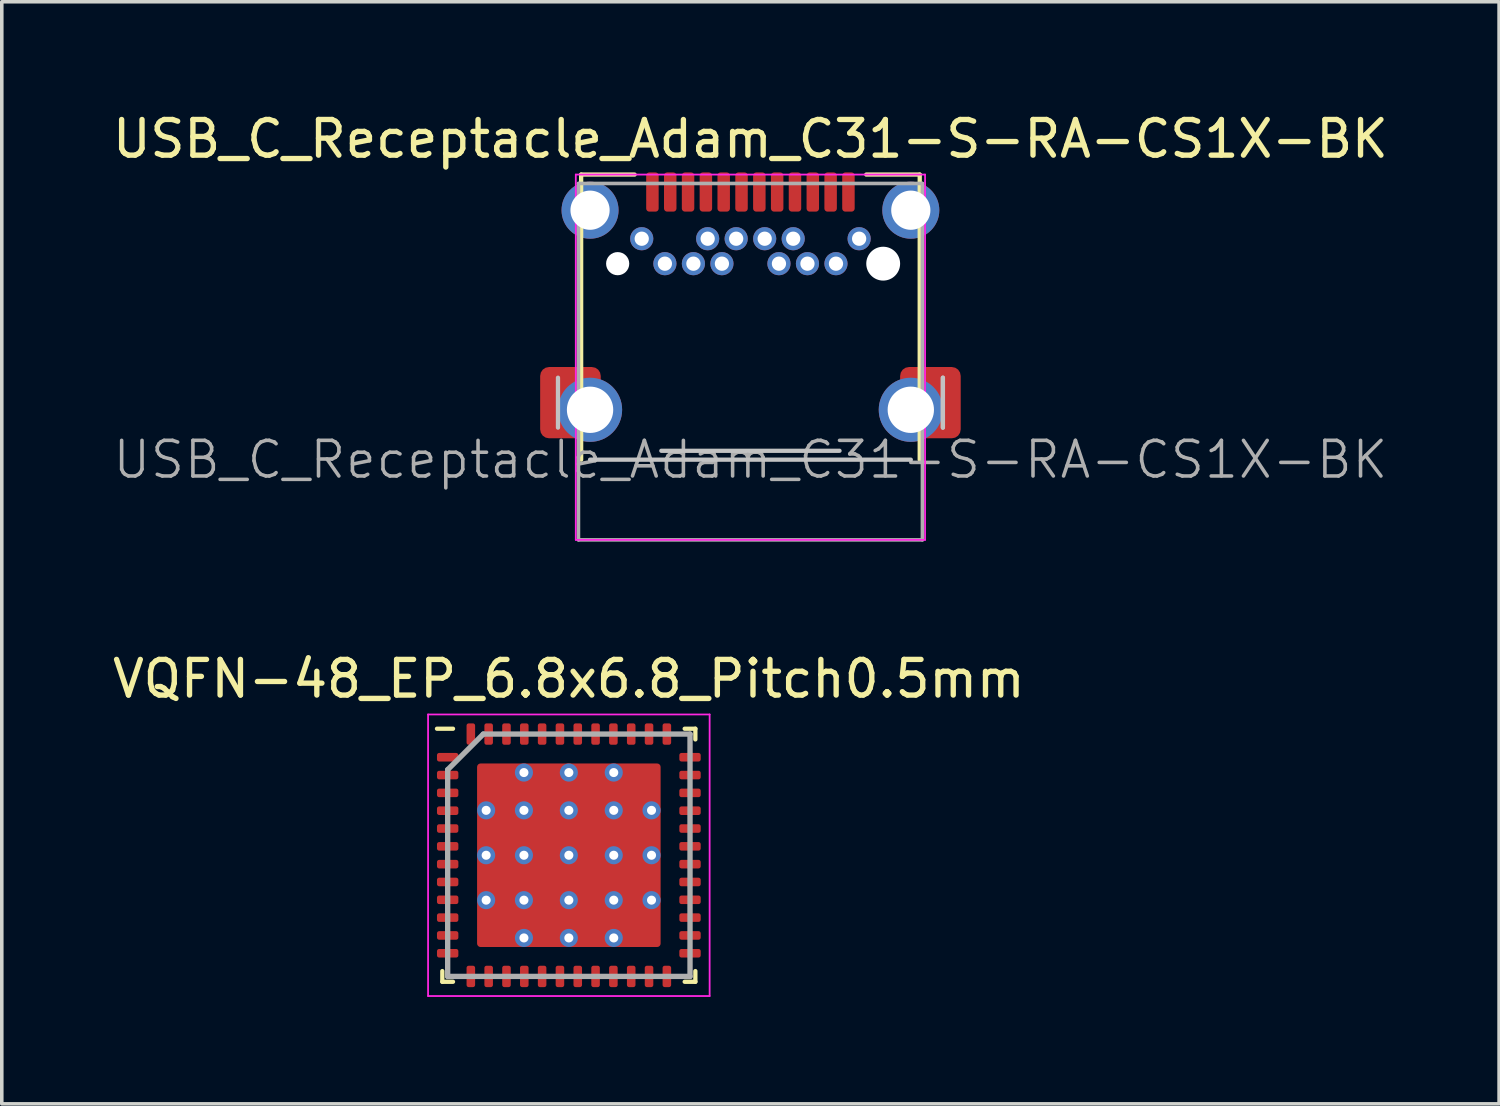
<source format=kicad_pcb>
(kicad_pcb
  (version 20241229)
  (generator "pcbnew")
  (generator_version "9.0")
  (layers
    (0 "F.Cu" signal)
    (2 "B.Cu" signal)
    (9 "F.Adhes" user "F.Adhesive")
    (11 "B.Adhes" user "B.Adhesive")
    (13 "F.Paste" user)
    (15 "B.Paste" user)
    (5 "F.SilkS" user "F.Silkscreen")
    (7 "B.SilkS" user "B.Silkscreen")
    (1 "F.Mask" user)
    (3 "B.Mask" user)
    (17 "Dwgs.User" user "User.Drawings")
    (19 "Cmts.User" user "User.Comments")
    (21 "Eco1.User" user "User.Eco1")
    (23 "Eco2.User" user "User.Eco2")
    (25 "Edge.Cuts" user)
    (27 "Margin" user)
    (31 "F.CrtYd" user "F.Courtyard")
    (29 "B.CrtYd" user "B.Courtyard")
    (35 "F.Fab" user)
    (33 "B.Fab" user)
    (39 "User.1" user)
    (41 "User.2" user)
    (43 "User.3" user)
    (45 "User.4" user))
  (footprint "VQFN-48_EP_6.8x6.8_Pitch0.5mm"
    (layer "F.Cu")
    (at 12.911 20.947)
    (property "Reference" "VQFN-48_EP_6.8x6.8_Pitch0.5mm" (at 0 -4.95 0) (layer "F.SilkS") (effects (font (size 1 1) (thickness 0.15))))
    (attr smd)
    (fp_line (start -3.55 3.55) (end -3.55 3.25) (stroke (width 0.12) (type solid)) (layer "F.SilkS"))
    (fp_line (start -3.25 -3.55) (end -3.7 -3.55) (stroke (width 0.12) (type solid)) (layer "F.SilkS"))
    (fp_line (start -3.25 3.55) (end -3.55 3.55) (stroke (width 0.12) (type solid)) (layer "F.SilkS"))
    (fp_line (start 3.25 -3.55) (end 3.55 -3.55) (stroke (width 0.12) (type solid)) (layer "F.SilkS"))
    (fp_line (start 3.25 3.55) (end 3.55 3.55) (stroke (width 0.12) (type solid)) (layer "F.SilkS"))
    (fp_line (start 3.55 -3.55) (end 3.55 -3.25) (stroke (width 0.12) (type solid)) (layer "F.SilkS"))
    (fp_line (start 3.55 3.55) (end 3.55 3.25) (stroke (width 0.12) (type solid)) (layer "F.SilkS"))
    (fp_line (start -3.95 -3.95) (end 3.95 -3.95) (stroke (width 0.05) (type solid)) (layer "F.CrtYd"))
    (fp_line (start -3.95 3.95) (end -3.95 -3.95) (stroke (width 0.05) (type solid)) (layer "F.CrtYd"))
    (fp_line (start 3.95 -3.95) (end 3.95 3.95) (stroke (width 0.05) (type solid)) (layer "F.CrtYd"))
    (fp_line (start 3.95 3.95) (end -3.95 3.95) (stroke (width 0.05) (type solid)) (layer "F.CrtYd"))
    (fp_line (start -3.4 -2.4) (end -3.4 3.4) (stroke (width 0.15) (type solid)) (layer "F.Fab"))
    (fp_line (start -3.4 3.4) (end 3.4 3.4) (stroke (width 0.15) (type solid)) (layer "F.Fab"))
    (fp_line (start -2.4 -3.4) (end -3.4 -2.4) (stroke (width 0.15) (type solid)) (layer "F.Fab"))
    (fp_line (start 3.4 -3.4) (end -2.4 -3.4) (stroke (width 0.15) (type solid)) (layer "F.Fab"))
    (fp_line (start 3.4 3.4) (end 3.4 -3.4) (stroke (width 0.15) (type solid)) (layer "F.Fab"))
    (pad "" smd roundrect (at -1.89 -1.89) (size 1.06 1.06) (layers "F.Paste") (roundrect_rratio 0.094))
    (pad "" smd roundrect (at -1.89 -0.63) (size 1.06 1.06) (layers "F.Paste") (roundrect_rratio 0.094))
    (pad "" smd roundrect (at -1.89 0.63) (size 1.06 1.06) (layers "F.Paste") (roundrect_rratio 0.094))
    (pad "" smd roundrect (at -1.89 1.89) (size 1.06 1.06) (layers "F.Paste") (roundrect_rratio 0.094))
    (pad "" smd roundrect (at -0.63 -1.89) (size 1.06 1.06) (layers "F.Paste") (roundrect_rratio 0.094))
    (pad "" smd roundrect (at -0.63 -0.63) (size 1.06 1.06) (layers "F.Paste") (roundrect_rratio 0.094))
    (pad "" smd roundrect (at -0.63 0.63) (size 1.06 1.06) (layers "F.Paste") (roundrect_rratio 0.094))
    (pad "" smd roundrect (at -0.63 1.89) (size 1.06 1.06) (layers "F.Paste") (roundrect_rratio 0.094))
    (pad "" smd roundrect (at 0.63 -1.89) (size 1.06 1.06) (layers "F.Paste") (roundrect_rratio 0.094))
    (pad "" smd roundrect (at 0.63 -0.63) (size 1.06 1.06) (layers "F.Paste") (roundrect_rratio 0.094))
    (pad "" smd roundrect (at 0.63 0.63) (size 1.06 1.06) (layers "F.Paste") (roundrect_rratio 0.094))
    (pad "" smd roundrect (at 0.63 1.89) (size 1.06 1.06) (layers "F.Paste") (roundrect_rratio 0.094))
    (pad "" smd roundrect (at 1.89 -1.89) (size 1.06 1.06) (layers "F.Paste") (roundrect_rratio 0.094))
    (pad "" smd roundrect (at 1.89 -0.63) (size 1.06 1.06) (layers "F.Paste") (roundrect_rratio 0.094))
    (pad "" smd roundrect (at 1.89 0.63) (size 1.06 1.06) (layers "F.Paste") (roundrect_rratio 0.094))
    (pad "" smd roundrect (at 1.89 1.89) (size 1.06 1.06) (layers "F.Paste") (roundrect_rratio 0.094))
    (pad "1" smd roundrect (at -3.4 -2.75 90) (size 0.24 0.6) (layers "F.Cu" "F.Mask" "F.Paste") (roundrect_rratio 0.25))
    (pad "2" smd roundrect (at -3.4 -2.25 90) (size 0.24 0.6) (layers "F.Cu" "F.Mask" "F.Paste") (roundrect_rratio 0.25))
    (pad "3" smd roundrect (at -3.4 -1.75 90) (size 0.24 0.6) (layers "F.Cu" "F.Mask" "F.Paste") (roundrect_rratio 0.25))
    (pad "4" smd roundrect (at -3.4 -1.25 90) (size 0.24 0.6) (layers "F.Cu" "F.Mask" "F.Paste") (roundrect_rratio 0.25))
    (pad "5" smd roundrect (at -3.4 -0.75 90) (size 0.24 0.6) (layers "F.Cu" "F.Mask" "F.Paste") (roundrect_rratio 0.25))
    (pad "6" smd roundrect (at -3.4 -0.25 90) (size 0.24 0.6) (layers "F.Cu" "F.Mask" "F.Paste") (roundrect_rratio 0.25))
    (pad "7" smd roundrect (at -3.4 0.25 90) (size 0.24 0.6) (layers "F.Cu" "F.Mask" "F.Paste") (roundrect_rratio 0.25))
    (pad "8" smd roundrect (at -3.4 0.75 90) (size 0.24 0.6) (layers "F.Cu" "F.Mask" "F.Paste") (roundrect_rratio 0.25))
    (pad "9" smd roundrect (at -3.4 1.25 90) (size 0.24 0.6) (layers "F.Cu" "F.Mask" "F.Paste") (roundrect_rratio 0.25))
    (pad "10" smd roundrect (at -3.4 1.75 90) (size 0.24 0.6) (layers "F.Cu" "F.Mask" "F.Paste") (roundrect_rratio 0.25))
    (pad "11" smd roundrect (at -3.4 2.25 90) (size 0.24 0.6) (layers "F.Cu" "F.Mask" "F.Paste") (roundrect_rratio 0.25))
    (pad "12" smd roundrect (at -3.4 2.75 90) (size 0.24 0.6) (layers "F.Cu" "F.Mask" "F.Paste") (roundrect_rratio 0.25))
    (pad "13" smd roundrect (at -2.75 3.4) (size 0.24 0.6) (layers "F.Cu" "F.Mask" "F.Paste") (roundrect_rratio 0.25))
    (pad "14" smd roundrect (at -2.25 3.4) (size 0.24 0.6) (layers "F.Cu" "F.Mask" "F.Paste") (roundrect_rratio 0.25))
    (pad "15" smd roundrect (at -1.75 3.4) (size 0.24 0.6) (layers "F.Cu" "F.Mask" "F.Paste") (roundrect_rratio 0.25))
    (pad "16" smd roundrect (at -1.25 3.4) (size 0.24 0.6) (layers "F.Cu" "F.Mask" "F.Paste") (roundrect_rratio 0.25))
    (pad "17" smd roundrect (at -0.75 3.4) (size 0.24 0.6) (layers "F.Cu" "F.Mask" "F.Paste") (roundrect_rratio 0.25))
    (pad "18" smd roundrect (at -0.25 3.4) (size 0.24 0.6) (layers "F.Cu" "F.Mask" "F.Paste") (roundrect_rratio 0.25))
    (pad "19" smd roundrect (at 0.25 3.4) (size 0.24 0.6) (layers "F.Cu" "F.Mask" "F.Paste") (roundrect_rratio 0.25))
    (pad "20" smd roundrect (at 0.75 3.4) (size 0.24 0.6) (layers "F.Cu" "F.Mask" "F.Paste") (roundrect_rratio 0.25))
    (pad "21" smd roundrect (at 1.25 3.4) (size 0.24 0.6) (layers "F.Cu" "F.Mask" "F.Paste") (roundrect_rratio 0.25))
    (pad "22" smd roundrect (at 1.75 3.4) (size 0.24 0.6) (layers "F.Cu" "F.Mask" "F.Paste") (roundrect_rratio 0.25))
    (pad "23" smd roundrect (at 2.25 3.4) (size 0.24 0.6) (layers "F.Cu" "F.Mask" "F.Paste") (roundrect_rratio 0.25))
    (pad "24" smd roundrect (at 2.75 3.4) (size 0.24 0.6) (layers "F.Cu" "F.Mask" "F.Paste") (roundrect_rratio 0.25))
    (pad "25" smd roundrect (at 3.4 2.75 90) (size 0.24 0.6) (layers "F.Cu" "F.Mask" "F.Paste") (roundrect_rratio 0.25))
    (pad "26" smd roundrect (at 3.4 2.25 90) (size 0.24 0.6) (layers "F.Cu" "F.Mask" "F.Paste") (roundrect_rratio 0.25))
    (pad "27" smd roundrect (at 3.4 1.75 90) (size 0.24 0.6) (layers "F.Cu" "F.Mask" "F.Paste") (roundrect_rratio 0.25))
    (pad "28" smd roundrect (at 3.4 1.25 90) (size 0.24 0.6) (layers "F.Cu" "F.Mask" "F.Paste") (roundrect_rratio 0.25))
    (pad "29" smd roundrect (at 3.4 0.75 90) (size 0.24 0.6) (layers "F.Cu" "F.Mask" "F.Paste") (roundrect_rratio 0.25))
    (pad "30" smd roundrect (at 3.4 0.25 90) (size 0.24 0.6) (layers "F.Cu" "F.Mask" "F.Paste") (roundrect_rratio 0.25))
    (pad "31" smd roundrect (at 3.4 -0.25 90) (size 0.24 0.6) (layers "F.Cu" "F.Mask" "F.Paste") (roundrect_rratio 0.25))
    (pad "32" smd roundrect (at 3.4 -0.75 90) (size 0.24 0.6) (layers "F.Cu" "F.Mask" "F.Paste") (roundrect_rratio 0.25))
    (pad "33" smd roundrect (at 3.4 -1.25 90) (size 0.24 0.6) (layers "F.Cu" "F.Mask" "F.Paste") (roundrect_rratio 0.25))
    (pad "34" smd roundrect (at 3.4 -1.75 90) (size 0.24 0.6) (layers "F.Cu" "F.Mask" "F.Paste") (roundrect_rratio 0.25))
    (pad "35" smd roundrect (at 3.4 -2.25 90) (size 0.24 0.6) (layers "F.Cu" "F.Mask" "F.Paste") (roundrect_rratio 0.25))
    (pad "36" smd roundrect (at 3.4 -2.75 90) (size 0.24 0.6) (layers "F.Cu" "F.Mask" "F.Paste") (roundrect_rratio 0.25))
    (pad "37" smd roundrect (at 2.75 -3.4) (size 0.24 0.6) (layers "F.Cu" "F.Mask" "F.Paste") (roundrect_rratio 0.25))
    (pad "38" smd roundrect (at 2.25 -3.4) (size 0.24 0.6) (layers "F.Cu" "F.Mask" "F.Paste") (roundrect_rratio 0.25))
    (pad "39" smd roundrect (at 1.75 -3.4) (size 0.24 0.6) (layers "F.Cu" "F.Mask" "F.Paste") (roundrect_rratio 0.25))
    (pad "40" smd roundrect (at 1.25 -3.4) (size 0.24 0.6) (layers "F.Cu" "F.Mask" "F.Paste") (roundrect_rratio 0.25))
    (pad "41" smd roundrect (at 0.75 -3.4) (size 0.24 0.6) (layers "F.Cu" "F.Mask" "F.Paste") (roundrect_rratio 0.25))
    (pad "42" smd roundrect (at 0.25 -3.4) (size 0.24 0.6) (layers "F.Cu" "F.Mask" "F.Paste") (roundrect_rratio 0.25))
    (pad "43" smd roundrect (at -0.25 -3.4) (size 0.24 0.6) (layers "F.Cu" "F.Mask" "F.Paste") (roundrect_rratio 0.25))
    (pad "44" smd roundrect (at -0.75 -3.4) (size 0.24 0.6) (layers "F.Cu" "F.Mask" "F.Paste") (roundrect_rratio 0.25))
    (pad "45" smd roundrect (at -1.25 -3.4) (size 0.24 0.6) (layers "F.Cu" "F.Mask" "F.Paste") (roundrect_rratio 0.25))
    (pad "46" smd roundrect (at -1.75 -3.4) (size 0.24 0.6) (layers "F.Cu" "F.Mask" "F.Paste") (roundrect_rratio 0.25))
    (pad "47" smd roundrect (at -2.25 -3.4) (size 0.24 0.6) (layers "F.Cu" "F.Mask" "F.Paste") (roundrect_rratio 0.25))
    (pad "48" smd roundrect (at -2.75 -3.4) (size 0.24 0.6) (layers "F.Cu" "F.Mask" "F.Paste") (roundrect_rratio 0.25))
    (pad "49" thru_hole circle (at -2.32 -1.26) (size 0.508 0.508) (drill 0.254) (layers "*.Cu"))
    (pad "49" thru_hole circle (at -2.32 0) (size 0.508 0.508) (drill 0.254) (layers "*.Cu"))
    (pad "49" thru_hole circle (at -2.32 1.26) (size 0.508 0.508) (drill 0.254) (layers "*.Cu"))
    (pad "49" thru_hole circle (at -1.26 -2.32) (size 0.508 0.508) (drill 0.254) (layers "*.Cu"))
    (pad "49" thru_hole circle (at -1.26 -1.26) (size 0.508 0.508) (drill 0.254) (layers "*.Cu"))
    (pad "49" thru_hole circle (at -1.26 0) (size 0.508 0.508) (drill 0.254) (layers "*.Cu"))
    (pad "49" thru_hole circle (at -1.26 1.26) (size 0.508 0.508) (drill 0.254) (layers "*.Cu"))
    (pad "49" thru_hole circle (at -1.26 2.32) (size 0.508 0.508) (drill 0.254) (layers "*.Cu"))
    (pad "49" thru_hole circle (at 0 -2.32) (size 0.508 0.508) (drill 0.254) (layers "*.Cu"))
    (pad "49" thru_hole circle (at 0 -1.26) (size 0.508 0.508) (drill 0.254) (layers "*.Cu"))
    (pad "49" thru_hole circle (at 0 0) (size 0.508 0.508) (drill 0.254) (layers "*.Cu"))
    (pad "49" smd roundrect (at 0 0) (size 5.15 5.15) (layers "F.Cu" "F.Mask") (roundrect_rratio 0.019))
    (pad "49" thru_hole circle (at 0 1.26) (size 0.508 0.508) (drill 0.254) (layers "*.Cu"))
    (pad "49" thru_hole circle (at 0 2.32) (size 0.508 0.508) (drill 0.254) (layers "*.Cu"))
    (pad "49" thru_hole circle (at 1.26 -2.32) (size 0.508 0.508) (drill 0.254) (layers "*.Cu"))
    (pad "49" thru_hole circle (at 1.26 -1.26) (size 0.508 0.508) (drill 0.254) (layers "*.Cu"))
    (pad "49" thru_hole circle (at 1.26 0) (size 0.508 0.508) (drill 0.254) (layers "*.Cu"))
    (pad "49" thru_hole circle (at 1.26 1.26) (size 0.508 0.508) (drill 0.254) (layers "*.Cu"))
    (pad "49" thru_hole circle (at 1.26 2.32) (size 0.508 0.508) (drill 0.254) (layers "*.Cu"))
    (pad "49" thru_hole circle (at 2.32 -1.26) (size 0.508 0.508) (drill 0.254) (layers "*.Cu"))
    (pad "49" thru_hole circle (at 2.32 0) (size 0.508 0.508) (drill 0.254) (layers "*.Cu"))
    (pad "49" thru_hole circle (at 2.32 1.26) (size 0.508 0.508) (drill 0.254) (layers "*.Cu")))
  (footprint "USB_C_Receptacle_Adam_C31-S-RA-CS1X-BK"
    (layer "F.Cu")
    (at 18.006 9.848)
    (property "Reference" "USB_C_Receptacle_Adam_C31-S-RA-CS1X-BK" (at 0 -9 0) (layer "F.SilkS") (effects (font (size 1 1) (thickness 0.15))))
    (attr through_hole)
    (fp_line (start -4.75 -8) (end -4.75 0) (stroke (width 0.12) (type solid)) (layer "F.SilkS"))
    (fp_line (start -4.75 -8) (end -3.25 -8) (stroke (width 0.12) (type solid)) (layer "F.SilkS"))
    (fp_line (start 3.25 -8) (end 4.75 -8) (stroke (width 0.12) (type solid)) (layer "F.SilkS"))
    (fp_line (start 4.75 -8) (end 4.75 0) (stroke (width 0.12) (type solid)) (layer "F.SilkS"))
    (fp_line (start -5.775 -2.35) (end -5.775 -0.85) (stroke (width 0.2) (type solid)) (layer "F.Paste"))
    (fp_line (start -5.65 -0.725) (end -4.925 -0.725) (stroke (width 0.2) (type solid)) (layer "F.Paste"))
    (fp_line (start -4.5 -2.175) (end -4.325 -2.175) (stroke (width 0.2) (type solid)) (layer "F.Paste"))
    (fp_line (start -4.45 -2.475) (end -5.65 -2.475) (stroke (width 0.2) (type solid)) (layer "F.Paste"))
    (fp_line (start -4.325 -2.175) (end -4.325 -2.35) (stroke (width 0.2) (type solid)) (layer "F.Paste"))
    (fp_line (start 4.325 -2.175) (end 4.325 -2.35) (stroke (width 0.2) (type solid)) (layer "F.Paste"))
    (fp_line (start 4.45 -2.475) (end 5.65 -2.475) (stroke (width 0.2) (type solid)) (layer "F.Paste"))
    (fp_line (start 4.5 -2.175) (end 4.325 -2.175) (stroke (width 0.2) (type solid)) (layer "F.Paste"))
    (fp_line (start 5.65 -0.725) (end 4.925 -0.725) (stroke (width 0.2) (type solid)) (layer "F.Paste"))
    (fp_line (start 5.775 -2.35) (end 5.775 -0.85) (stroke (width 0.2) (type solid)) (layer "F.Paste"))
    (fp_arc (start -5.775 -2.35) (mid -5.738388 -2.438388) (end -5.65 -2.475) (stroke (width 0.2) (type solid)) (layer "F.Paste"))
    (fp_arc (start -5.65 -0.725) (mid -5.738388 -0.761612) (end -5.775 -0.85) (stroke (width 0.2) (type solid)) (layer "F.Paste"))
    (fp_arc (start -5.275 -1.4) (mid -5.048008 -1.948008) (end -4.5 -2.175) (stroke (width 0.2) (type solid)) (layer "F.Paste"))
    (fp_arc (start -4.5 -0.625) (mid -5.048008 -0.851992) (end -5.275 -1.4) (stroke (width 0.2) (type solid)) (layer "F.Paste"))
    (fp_arc (start -4.45 -2.475) (mid -4.361612 -2.438388) (end -4.325 -2.35) (stroke (width 0.2) (type solid)) (layer "F.Paste"))
    (fp_arc (start 4.325 -2.35) (mid 4.361612 -2.438388) (end 4.45 -2.475) (stroke (width 0.2) (type solid)) (layer "F.Paste"))
    (fp_arc (start 4.5 -2.175) (mid 5.048008 -1.948008) (end 5.275 -1.4) (stroke (width 0.2) (type solid)) (layer "F.Paste"))
    (fp_arc (start 5.275 -1.4) (mid 5.048008 -0.851992) (end 4.5 -0.625) (stroke (width 0.2) (type solid)) (layer "F.Paste"))
    (fp_arc (start 5.65 -2.475) (mid 5.738388 -2.438388) (end 5.775 -2.35) (stroke (width 0.2) (type solid)) (layer "F.Paste"))
    (fp_arc (start 5.775 -0.85) (mid 5.738388 -0.761612) (end 5.65 -0.725) (stroke (width 0.2) (type solid)) (layer "F.Paste"))
    (fp_poly (pts (xy -4.325 -2.375) (xy -4.325 -2.175) (xy -4.725 -2.175) (xy -5.175 -1.9) (xy -5.325 -1.4) (xy -5.225 -1.025) (xy -4.925 -0.725) (xy -5.65 -0.725) (xy -5.775 -0.85) (xy -5.775 -2.35) (xy -5.65 -2.475) (xy -4.45 -2.475)) (stroke (width 0.1) (type solid)) (fill yes) (layer "F.Paste"))
    (fp_poly (pts (xy 4.325 -2.375) (xy 4.325 -2.175) (xy 4.725 -2.175) (xy 5.175 -1.9) (xy 5.325 -1.4) (xy 5.225 -1.025) (xy 4.925 -0.725) (xy 5.65 -0.725) (xy 5.775 -0.85) (xy 5.775 -2.35) (xy 5.65 -2.475) (xy 4.45 -2.475)) (stroke (width 0.1) (type solid)) (fill yes) (layer "F.Paste"))
    (fp_line (start -5.4 -2.3) (end -5.4 -0.9) (stroke (width 0.12) (type solid)) (layer "Dwgs.User"))
    (fp_line (start -2.5 -0.25) (end 2.5 -0.25) (stroke (width 0.12) (type solid)) (layer "Dwgs.User"))
    (fp_line (start 4.5 0) (end -4.5 0) (stroke (width 0.12) (type solid)) (layer "Dwgs.User"))
    (fp_line (start 5.4 -2.3) (end 5.4 -0.9) (stroke (width 0.12) (type solid)) (layer "Dwgs.User"))
    (fp_line (start 5.4 -2.3) (end 5.4 -0.9) (stroke (width 0.12) (type solid)) (layer "Dwgs.User"))
    (fp_line (start -4.9 -8) (end 4.9 -8) (stroke (width 0.05) (type solid)) (layer "F.CrtYd"))
    (fp_line (start -4.9 2.25) (end -4.9 -8) (stroke (width 0.05) (type solid)) (layer "F.CrtYd"))
    (fp_line (start 4.9 -8) (end 4.9 2.25) (stroke (width 0.05) (type solid)) (layer "F.CrtYd"))
    (fp_line (start 4.9 2.25) (end -4.9 2.25) (stroke (width 0.05) (type solid)) (layer "F.CrtYd"))
    (fp_line (start -4.825 -7.75) (end 4.825 -7.75) (stroke (width 0.1) (type solid)) (layer "F.Fab"))
    (fp_line (start -4.825 2.25) (end -4.825 -7.75) (stroke (width 0.1) (type solid)) (layer "F.Fab"))
    (fp_line (start -4.825 2.25) (end 4.825 2.25) (stroke (width 0.1) (type solid)) (layer "F.Fab"))
    (fp_line (start 4.825 2.25) (end 4.825 -7.75) (stroke (width 0.1) (type solid)) (layer "F.Fab"))
    (fp_text user "${REFERENCE}" (at 0 0 0) (layer "F.Fab") (effects (font (size 1 1) (thickness 0.1))))
    (pad "" np_thru_hole circle (at -3.725 -5.5) (size 0.65 0.65) (drill 0.65) (layers "*.Cu" "*.Mask"))
    (pad "" np_thru_hole circle (at 3.725 -5.5) (size 0.95 0.95) (drill 0.95) (layers "*.Cu" "*.Mask"))
    (pad "A1" smd roundrect (at -2.75 -7.51) (size 0.35 1.1) (layers "F.Cu" "F.Mask" "F.Paste") (roundrect_rratio 0.25))
    (pad "A2" smd roundrect (at -2.25 -7.51) (size 0.35 1.1) (layers "F.Cu" "F.Mask" "F.Paste") (roundrect_rratio 0.25))
    (pad "A3" smd roundrect (at -1.75 -7.51) (size 0.35 1.1) (layers "F.Cu" "F.Mask" "F.Paste") (roundrect_rratio 0.25))
    (pad "A4" smd roundrect (at -1.25 -7.51) (size 0.35 1.1) (layers "F.Cu" "F.Mask" "F.Paste") (roundrect_rratio 0.25))
    (pad "A5" smd roundrect (at -0.75 -7.51) (size 0.35 1.1) (layers "F.Cu" "F.Mask" "F.Paste") (roundrect_rratio 0.25))
    (pad "A6" smd roundrect (at -0.25 -7.51) (size 0.35 1.1) (layers "F.Cu" "F.Mask" "F.Paste") (roundrect_rratio 0.25))
    (pad "A7" smd roundrect (at 0.25 -7.51) (size 0.35 1.1) (layers "F.Cu" "F.Mask" "F.Paste") (roundrect_rratio 0.25))
    (pad "A8" smd roundrect (at 0.75 -7.51) (size 0.35 1.1) (layers "F.Cu" "F.Mask" "F.Paste") (roundrect_rratio 0.25))
    (pad "A9" smd roundrect (at 1.25 -7.51) (size 0.35 1.1) (layers "F.Cu" "F.Mask" "F.Paste") (roundrect_rratio 0.25))
    (pad "A10" smd roundrect (at 1.75 -7.51) (size 0.35 1.1) (layers "F.Cu" "F.Mask" "F.Paste") (roundrect_rratio 0.25))
    (pad "A11" smd roundrect (at 2.25 -7.51) (size 0.35 1.1) (layers "F.Cu" "F.Mask" "F.Paste") (roundrect_rratio 0.25))
    (pad "A12" smd roundrect (at 2.75 -7.51) (size 0.35 1.1) (layers "F.Cu" "F.Mask" "F.Paste") (roundrect_rratio 0.25))
    (pad "B1" thru_hole circle (at 3.05 -6.2) (size 0.65 0.65) (drill 0.4) (layers "*.Cu" "*.Mask"))
    (pad "B2" thru_hole circle (at 2.4 -5.5) (size 0.65 0.65) (drill 0.4) (layers "*.Cu" "*.Mask"))
    (pad "B3" thru_hole circle (at 1.6 -5.5) (size 0.65 0.65) (drill 0.4) (layers "*.Cu" "*.Mask"))
    (pad "B4" thru_hole circle (at 1.2 -6.2) (size 0.65 0.65) (drill 0.4) (layers "*.Cu" "*.Mask"))
    (pad "B5" thru_hole circle (at 0.8 -5.5) (size 0.65 0.65) (drill 0.4) (layers "*.Cu" "*.Mask"))
    (pad "B6" thru_hole circle (at 0.4 -6.2) (size 0.65 0.65) (drill 0.4) (layers "*.Cu" "*.Mask"))
    (pad "B7" thru_hole circle (at -0.4 -6.2) (size 0.65 0.65) (drill 0.4) (layers "*.Cu" "*.Mask"))
    (pad "B8" thru_hole circle (at -0.8 -5.5) (size 0.65 0.65) (drill 0.4) (layers "*.Cu" "*.Mask"))
    (pad "B9" thru_hole circle (at -1.2 -6.2) (size 0.65 0.65) (drill 0.4) (layers "*.Cu" "*.Mask"))
    (pad "B10" thru_hole circle (at -1.6 -5.5) (size 0.65 0.65) (drill 0.4) (layers "*.Cu" "*.Mask"))
    (pad "B11" thru_hole circle (at -2.4 -5.5) (size 0.65 0.65) (drill 0.4) (layers "*.Cu" "*.Mask"))
    (pad "B12" thru_hole circle (at -3.05 -6.2) (size 0.65 0.65) (drill 0.4) (layers "*.Cu" "*.Mask"))
    (pad "S1" smd circle (at -5.05 -1.6) (size 0.001 0.001) (layers "F.Cu" "F.Mask"))
    (pad "S1" smd roundrect (at -5.05 -1.6) (size 1.7 2) (layers "F.Cu" "F.Mask") (roundrect_rratio 0.147))
    (pad "S1" thru_hole circle (at -4.5 -7) (size 1.6 1.6) (drill 1.1) (layers "*.Cu" "*.Mask"))
    (pad "S1" thru_hole circle (at -4.5 -1.4) (size 1.8 1.8) (drill 1.3) (layers "*.Cu" "*.Mask"))
    (pad "S1" thru_hole circle (at 4.5 -7) (size 1.6 1.6) (drill 1.1) (layers "*.Cu" "*.Mask"))
    (pad "S1" thru_hole circle (at 4.5 -1.4) (size 1.8 1.8) (drill 1.3) (layers "*.Cu" "*.Mask"))
    (pad "S1" smd circle (at 5.05 -1.6) (size 0.001 0.001) (layers "F.Cu" "F.Mask"))
    (pad "S1" smd roundrect (at 5.05 -1.6) (size 1.7 2) (layers "F.Cu" "F.Mask") (roundrect_rratio 0.147)))
  (gr_rect
    (start -3 -3)
    (end 39.012 27.922)
    (stroke (width 0.1) (type default))
    (fill no)
    (layer "Edge.Cuts")))
</source>
